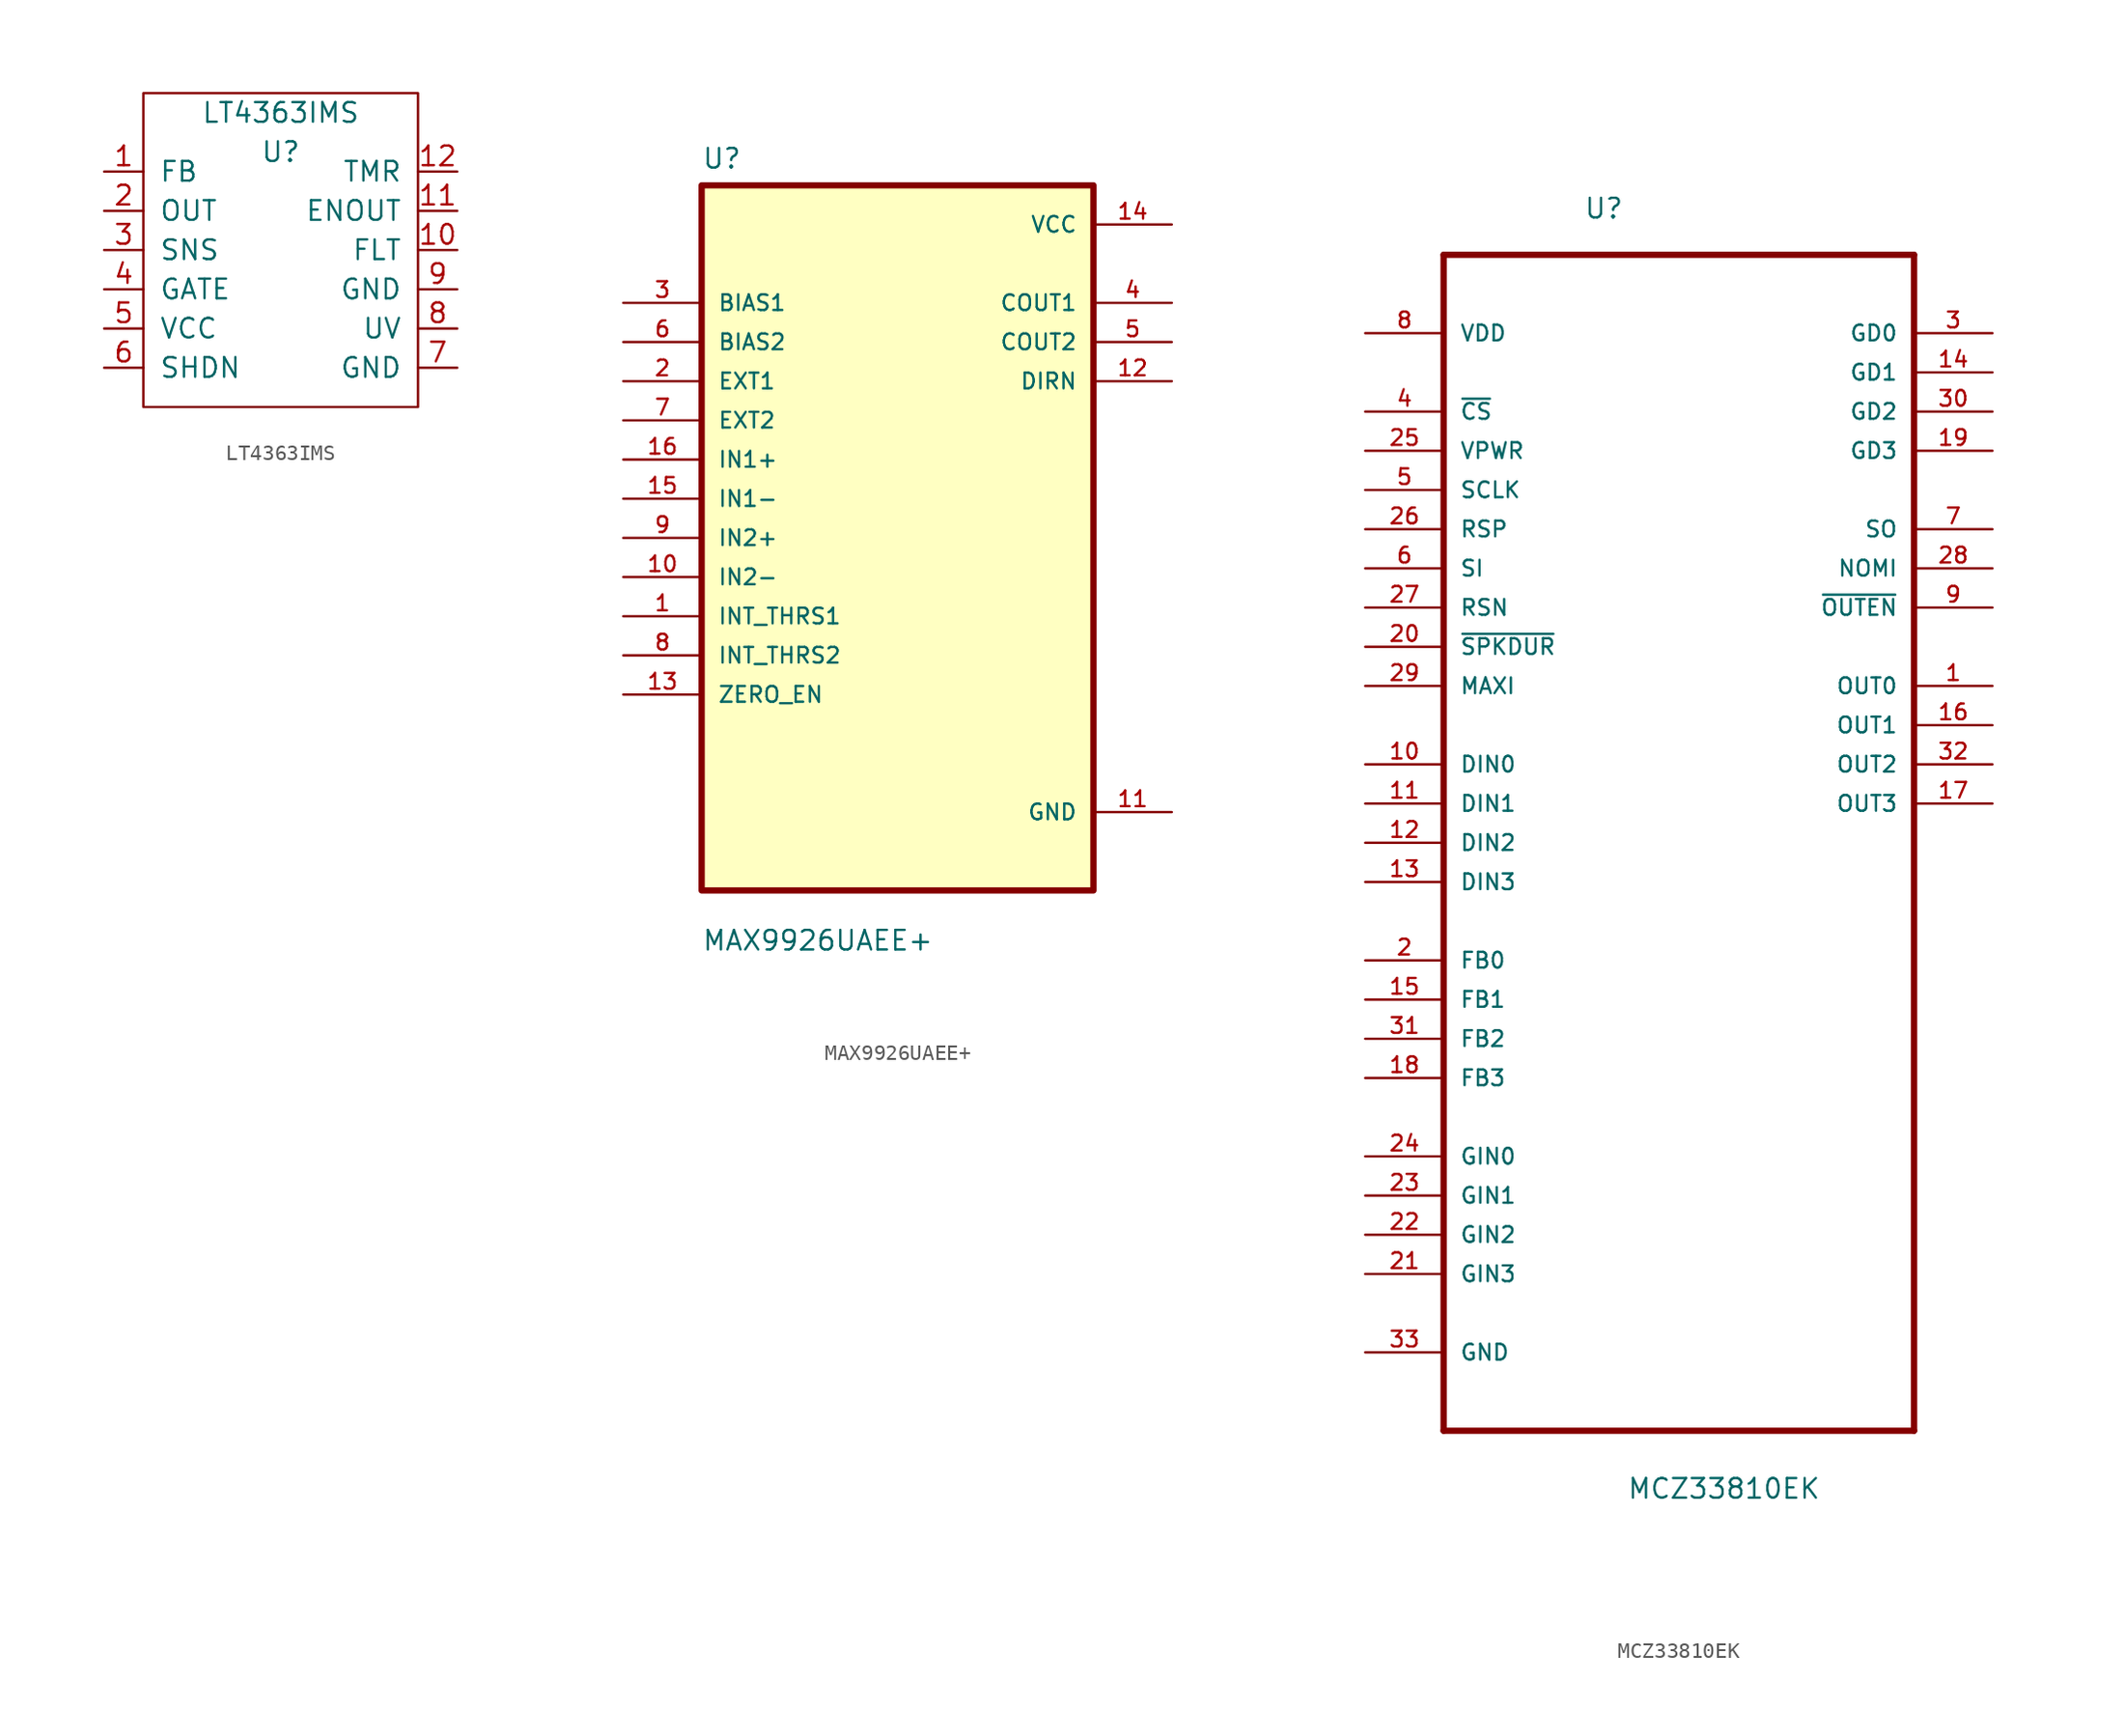
<source format=kicad_sym>
(kicad_symbol_lib
  (version 20201005)
  (generator kicad_symbol_editor)
  (symbol "OpenEFI-STM32-rev3:LT4363IMS"
    (pin_names
      (offset 1.016))
    (property "Reference" "U"
      (at 0 2.54 0)
      (effects (font (size 1.27 1.27))))
    (property "Value" "LT4363IMS"
      (at 0 5.08 0)
      (effects (font (size 1.27 1.27))))
    (symbol "LT4363IMS_0_1"
      (rectangle (start -8.89 6.35) (end 8.89 -13.97) (stroke (width 0)) (fill (type none))))
    (symbol "LT4363IMS_1_1"
      (pin input line (at -11.43 1.27 0) (length 2.54) (name "FB" (effects (font (size 1.27 1.27)))) (number "1" (effects (font (size 1.27 1.27)))))
      (pin input line (at 11.43 -3.81 180) (length 2.54) (name "FLT" (effects (font (size 1.27 1.27)))) (number "10" (effects (font (size 1.27 1.27)))))
      (pin input line (at 11.43 -1.27 180) (length 2.54) (name "ENOUT" (effects (font (size 1.27 1.27)))) (number "11" (effects (font (size 1.27 1.27)))))
      (pin input line (at 11.43 1.27 180) (length 2.54) (name "TMR" (effects (font (size 1.27 1.27)))) (number "12" (effects (font (size 1.27 1.27)))))
      (pin power_out line (at -11.43 -1.27 0) (length 2.54) (name "OUT" (effects (font (size 1.27 1.27)))) (number "2" (effects (font (size 1.27 1.27)))))
      (pin input line (at -11.43 -3.81 0) (length 2.54) (name "SNS" (effects (font (size 1.27 1.27)))) (number "3" (effects (font (size 1.27 1.27)))))
      (pin input line (at -11.43 -6.35 0) (length 2.54) (name "GATE" (effects (font (size 1.27 1.27)))) (number "4" (effects (font (size 1.27 1.27)))))
      (pin input line (at -11.43 -8.89 0) (length 2.54) (name "VCC" (effects (font (size 1.27 1.27)))) (number "5" (effects (font (size 1.27 1.27)))))
      (pin input line (at -11.43 -11.43 0) (length 2.54) (name "SHDN" (effects (font (size 1.27 1.27)))) (number "6" (effects (font (size 1.27 1.27)))))
      (pin input line (at 11.43 -11.43 180) (length 2.54) (name "GND" (effects (font (size 1.27 1.27)))) (number "7" (effects (font (size 1.27 1.27)))))
      (pin input line (at 11.43 -8.89 180) (length 2.54) (name "UV" (effects (font (size 1.27 1.27)))) (number "8" (effects (font (size 1.27 1.27)))))
      (pin input line (at 11.43 -6.35 180) (length 2.54) (name "GND" (effects (font (size 1.27 1.27)))) (number "9" (effects (font (size 1.27 1.27)))))))
  (symbol "OpenEFI-STM32-rev3:MAX9926UAEE+"
    (pin_names
      (offset 1.016))
    (property "Reference" "U"
      (at -12.7 23.851 0)
      (effects (font (size 1.27 1.27)) (justify left bottom)))
    (property "Value" "MAX9926UAEE+"
      (at -12.7 -26.848 0)
      (effects (font (size 1.27 1.27)) (justify left bottom)))
    (symbol "MAX9926UAEE+_0_0"
      (rectangle (start -12.7 -22.86) (end 12.7 22.86) (stroke (width 0.406)) (fill (type background)))
      (pin input line (at -17.78 -5.08 0) (length 5.08) (name "INT_THRS1" (effects (font (size 1.016 1.016)))) (number "1" (effects (font (size 1.016 1.016)))))
      (pin input line (at -17.78 -2.54 0) (length 5.08) (name "IN2-" (effects (font (size 1.016 1.016)))) (number "10" (effects (font (size 1.016 1.016)))))
      (pin power_in line (at 17.78 -17.78 180) (length 5.08) (name "GND" (effects (font (size 1.016 1.016)))) (number "11" (effects (font (size 1.016 1.016)))))
      (pin output line (at 17.78 10.16 180) (length 5.08) (name "DIRN" (effects (font (size 1.016 1.016)))) (number "12" (effects (font (size 1.016 1.016)))))
      (pin input line (at -17.78 -10.16 0) (length 5.08) (name "ZERO_EN" (effects (font (size 1.016 1.016)))) (number "13" (effects (font (size 1.016 1.016)))))
      (pin power_in line (at 17.78 20.32 180) (length 5.08) (name "VCC" (effects (font (size 1.016 1.016)))) (number "14" (effects (font (size 1.016 1.016)))))
      (pin input line (at -17.78 2.54 0) (length 5.08) (name "IN1-" (effects (font (size 1.016 1.016)))) (number "15" (effects (font (size 1.016 1.016)))))
      (pin input line (at -17.78 5.08 0) (length 5.08) (name "IN1+" (effects (font (size 1.016 1.016)))) (number "16" (effects (font (size 1.016 1.016)))))
      (pin input line (at -17.78 10.16 0) (length 5.08) (name "EXT1" (effects (font (size 1.016 1.016)))) (number "2" (effects (font (size 1.016 1.016)))))
      (pin input line (at -17.78 15.24 0) (length 5.08) (name "BIAS1" (effects (font (size 1.016 1.016)))) (number "3" (effects (font (size 1.016 1.016)))))
      (pin output line (at 17.78 15.24 180) (length 5.08) (name "COUT1" (effects (font (size 1.016 1.016)))) (number "4" (effects (font (size 1.016 1.016)))))
      (pin output line (at 17.78 12.7 180) (length 5.08) (name "COUT2" (effects (font (size 1.016 1.016)))) (number "5" (effects (font (size 1.016 1.016)))))
      (pin input line (at -17.78 12.7 0) (length 5.08) (name "BIAS2" (effects (font (size 1.016 1.016)))) (number "6" (effects (font (size 1.016 1.016)))))
      (pin input line (at -17.78 7.62 0) (length 5.08) (name "EXT2" (effects (font (size 1.016 1.016)))) (number "7" (effects (font (size 1.016 1.016)))))
      (pin input line (at -17.78 -7.62 0) (length 5.08) (name "INT_THRS2" (effects (font (size 1.016 1.016)))) (number "8" (effects (font (size 1.016 1.016)))))
      (pin input line (at -17.78 0 0) (length 5.08) (name "IN2+" (effects (font (size 1.016 1.016)))) (number "9" (effects (font (size 1.016 1.016)))))))
  (symbol "OpenEFI-STM32-rev3:MCZ33810EK"
    (pin_names
      (offset 1.016))
    (property "Reference" "U"
      (at -6.172 37.821 0)
      (effects (font (size 1.27 1.27)) (justify left bottom)))
    (property "Value" "MCZ33810EK"
      (at -3.378 -45.136 0)
      (effects (font (size 1.27 1.27)) (justify left bottom)))
    (property "ki_locked" ""
      (at 0 0 0)
      (effects (font (size 1.27 1.27))))
    (symbol "MCZ33810EK_0_0"
      (polyline (pts (xy -15.24 -40.64) (xy 15.24 -40.64)) (stroke (width 0.406)) (fill (type none)))
      (polyline (pts (xy -15.24 35.56) (xy -15.24 -40.64)) (stroke (width 0.406)) (fill (type none)))
      (polyline (pts (xy 15.24 -40.64) (xy 15.24 35.56)) (stroke (width 0.406)) (fill (type none)))
      (polyline (pts (xy 15.24 35.56) (xy -15.24 35.56)) (stroke (width 0.406)) (fill (type none)))
      (pin output line (at 20.32 7.62 180) (length 5.08) (name "OUT0" (effects (font (size 1.016 1.016)))) (number "1" (effects (font (size 1.016 1.016)))))
      (pin input line (at -20.32 2.54 0) (length 5.08) (name "DIN0" (effects (font (size 1.016 1.016)))) (number "10" (effects (font (size 1.016 1.016)))))
      (pin input line (at -20.32 0 0) (length 5.08) (name "DIN1" (effects (font (size 1.016 1.016)))) (number "11" (effects (font (size 1.016 1.016)))))
      (pin input line (at -20.32 -2.54 0) (length 5.08) (name "DIN2" (effects (font (size 1.016 1.016)))) (number "12" (effects (font (size 1.016 1.016)))))
      (pin input line (at -20.32 -5.08 0) (length 5.08) (name "DIN3" (effects (font (size 1.016 1.016)))) (number "13" (effects (font (size 1.016 1.016)))))
      (pin output line (at 20.32 27.94 180) (length 5.08) (name "GD1" (effects (font (size 1.016 1.016)))) (number "14" (effects (font (size 1.016 1.016)))))
      (pin input line (at -20.32 -12.7 0) (length 5.08) (name "FB1" (effects (font (size 1.016 1.016)))) (number "15" (effects (font (size 1.016 1.016)))))
      (pin output line (at 20.32 5.08 180) (length 5.08) (name "OUT1" (effects (font (size 1.016 1.016)))) (number "16" (effects (font (size 1.016 1.016)))))
      (pin output line (at 20.32 0 180) (length 5.08) (name "OUT3" (effects (font (size 1.016 1.016)))) (number "17" (effects (font (size 1.016 1.016)))))
      (pin input line (at -20.32 -17.78 0) (length 5.08) (name "FB3" (effects (font (size 1.016 1.016)))) (number "18" (effects (font (size 1.016 1.016)))))
      (pin output line (at 20.32 22.86 180) (length 5.08) (name "GD3" (effects (font (size 1.016 1.016)))) (number "19" (effects (font (size 1.016 1.016)))))
      (pin input line (at -20.32 -10.16 0) (length 5.08) (name "FB0" (effects (font (size 1.016 1.016)))) (number "2" (effects (font (size 1.016 1.016)))))
      (pin input line (at -20.32 10.16 0) (length 5.08) (name "~SPKDUR" (effects (font (size 1.016 1.016)))) (number "20" (effects (font (size 1.016 1.016)))))
      (pin input line (at -20.32 -30.48 0) (length 5.08) (name "GIN3" (effects (font (size 1.016 1.016)))) (number "21" (effects (font (size 1.016 1.016)))))
      (pin input line (at -20.32 -27.94 0) (length 5.08) (name "GIN2" (effects (font (size 1.016 1.016)))) (number "22" (effects (font (size 1.016 1.016)))))
      (pin input line (at -20.32 -25.4 0) (length 5.08) (name "GIN1" (effects (font (size 1.016 1.016)))) (number "23" (effects (font (size 1.016 1.016)))))
      (pin input line (at -20.32 -22.86 0) (length 5.08) (name "GIN0" (effects (font (size 1.016 1.016)))) (number "24" (effects (font (size 1.016 1.016)))))
      (pin input line (at -20.32 22.86 0) (length 5.08) (name "VPWR" (effects (font (size 1.016 1.016)))) (number "25" (effects (font (size 1.016 1.016)))))
      (pin input line (at -20.32 17.78 0) (length 5.08) (name "RSP" (effects (font (size 1.016 1.016)))) (number "26" (effects (font (size 1.016 1.016)))))
      (pin input line (at -20.32 12.7 0) (length 5.08) (name "RSN" (effects (font (size 1.016 1.016)))) (number "27" (effects (font (size 1.016 1.016)))))
      (pin output line (at 20.32 15.24 180) (length 5.08) (name "NOMI" (effects (font (size 1.016 1.016)))) (number "28" (effects (font (size 1.016 1.016)))))
      (pin input line (at -20.32 7.62 0) (length 5.08) (name "MAXI" (effects (font (size 1.016 1.016)))) (number "29" (effects (font (size 1.016 1.016)))))
      (pin output line (at 20.32 30.48 180) (length 5.08) (name "GD0" (effects (font (size 1.016 1.016)))) (number "3" (effects (font (size 1.016 1.016)))))
      (pin output line (at 20.32 25.4 180) (length 5.08) (name "GD2" (effects (font (size 1.016 1.016)))) (number "30" (effects (font (size 1.016 1.016)))))
      (pin input line (at -20.32 -15.24 0) (length 5.08) (name "FB2" (effects (font (size 1.016 1.016)))) (number "31" (effects (font (size 1.016 1.016)))))
      (pin output line (at 20.32 2.54 180) (length 5.08) (name "OUT2" (effects (font (size 1.016 1.016)))) (number "32" (effects (font (size 1.016 1.016)))))
      (pin passive line (at -20.32 -35.56 0) (length 5.08) (name "GND" (effects (font (size 1.016 1.016)))) (number "33" (effects (font (size 1.016 1.016)))))
      (pin input line (at -20.32 25.4 0) (length 5.08) (name "~CS" (effects (font (size 1.016 1.016)))) (number "4" (effects (font (size 1.016 1.016)))))
      (pin input line (at -20.32 20.32 0) (length 5.08) (name "SCLK" (effects (font (size 1.016 1.016)))) (number "5" (effects (font (size 1.016 1.016)))))
      (pin input line (at -20.32 15.24 0) (length 5.08) (name "SI" (effects (font (size 1.016 1.016)))) (number "6" (effects (font (size 1.016 1.016)))))
      (pin output line (at 20.32 17.78 180) (length 5.08) (name "SO" (effects (font (size 1.016 1.016)))) (number "7" (effects (font (size 1.016 1.016)))))
      (pin power_in line (at -20.32 30.48 0) (length 5.08) (name "VDD" (effects (font (size 1.016 1.016)))) (number "8" (effects (font (size 1.016 1.016)))))
      (pin output line (at 20.32 12.7 180) (length 5.08) (name "~OUTEN" (effects (font (size 1.016 1.016)))) (number "9" (effects (font (size 1.016 1.016))))))))
</source>
